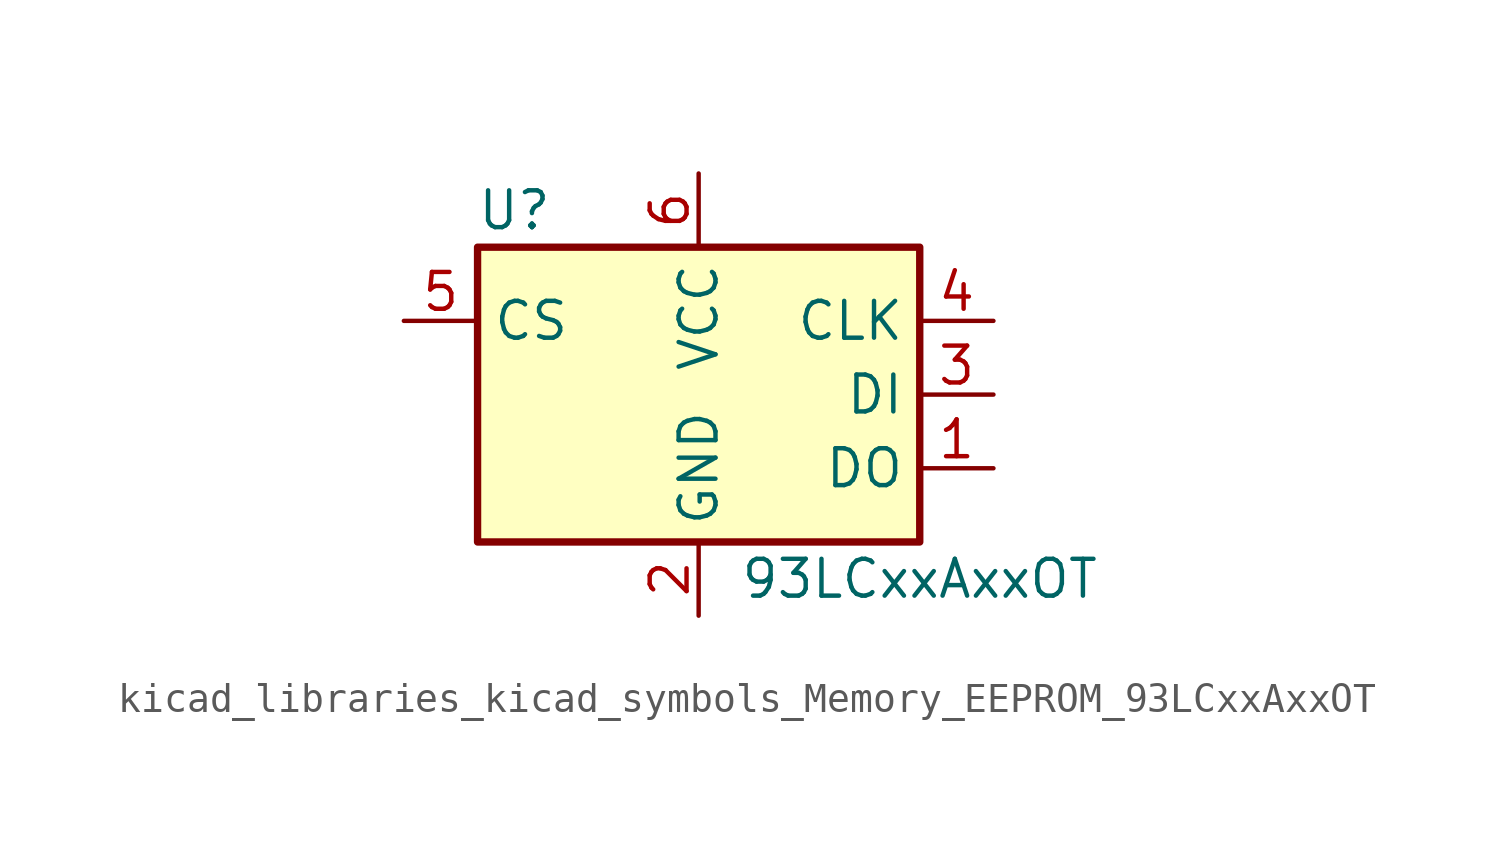
<source format=kicad_sym>
(kicad_symbol_lib
  (version 20220914)
  (generator kicad_symbol_editor)
  (symbol "kicad_libraries_kicad_symbols_Memory_EEPROM_93LCxxAxxOT"
    (property "Reference" "U"
      (at -6.35 6.35 0)
      (effects (font (size 1.27 1.27))))
    (property "Value" "93LCxxAxxOT"
      (at 7.62 -6.35 0)
      (effects (font (size 1.27 1.27))))
    (symbol "kicad_libraries_kicad_symbols_Memory_EEPROM_93LCxxAxxOT_0_1"
      (rectangle (start -7.62 5.08) (end 7.62 -5.08) (stroke (width 0.254) (type default)) (fill (type background))))
    (symbol "kicad_libraries_kicad_symbols_Memory_EEPROM_93LCxxAxxOT_1_1"
      (pin tri_state line (at 10.16 -2.54 180) (length 2.54) (name "DO" (effects (font (size 1.27 1.27)))) (number "1" (effects (font (size 1.27 1.27)))))
      (pin power_in line (at 0 -7.62 90) (length 2.54) (name "GND" (effects (font (size 1.27 1.27)))) (number "2" (effects (font (size 1.27 1.27)))))
      (pin input line (at 10.16 0 180) (length 2.54) (name "DI" (effects (font (size 1.27 1.27)))) (number "3" (effects (font (size 1.27 1.27)))))
      (pin input line (at 10.16 2.54 180) (length 2.54) (name "CLK" (effects (font (size 1.27 1.27)))) (number "4" (effects (font (size 1.27 1.27)))))
      (pin input line (at -10.16 2.54 0) (length 2.54) (name "CS" (effects (font (size 1.27 1.27)))) (number "5" (effects (font (size 1.27 1.27)))))
      (pin power_in line (at 0 7.62 270) (length 2.54) (name "VCC" (effects (font (size 1.27 1.27)))) (number "6" (effects (font (size 1.27 1.27))))))))
</source>
